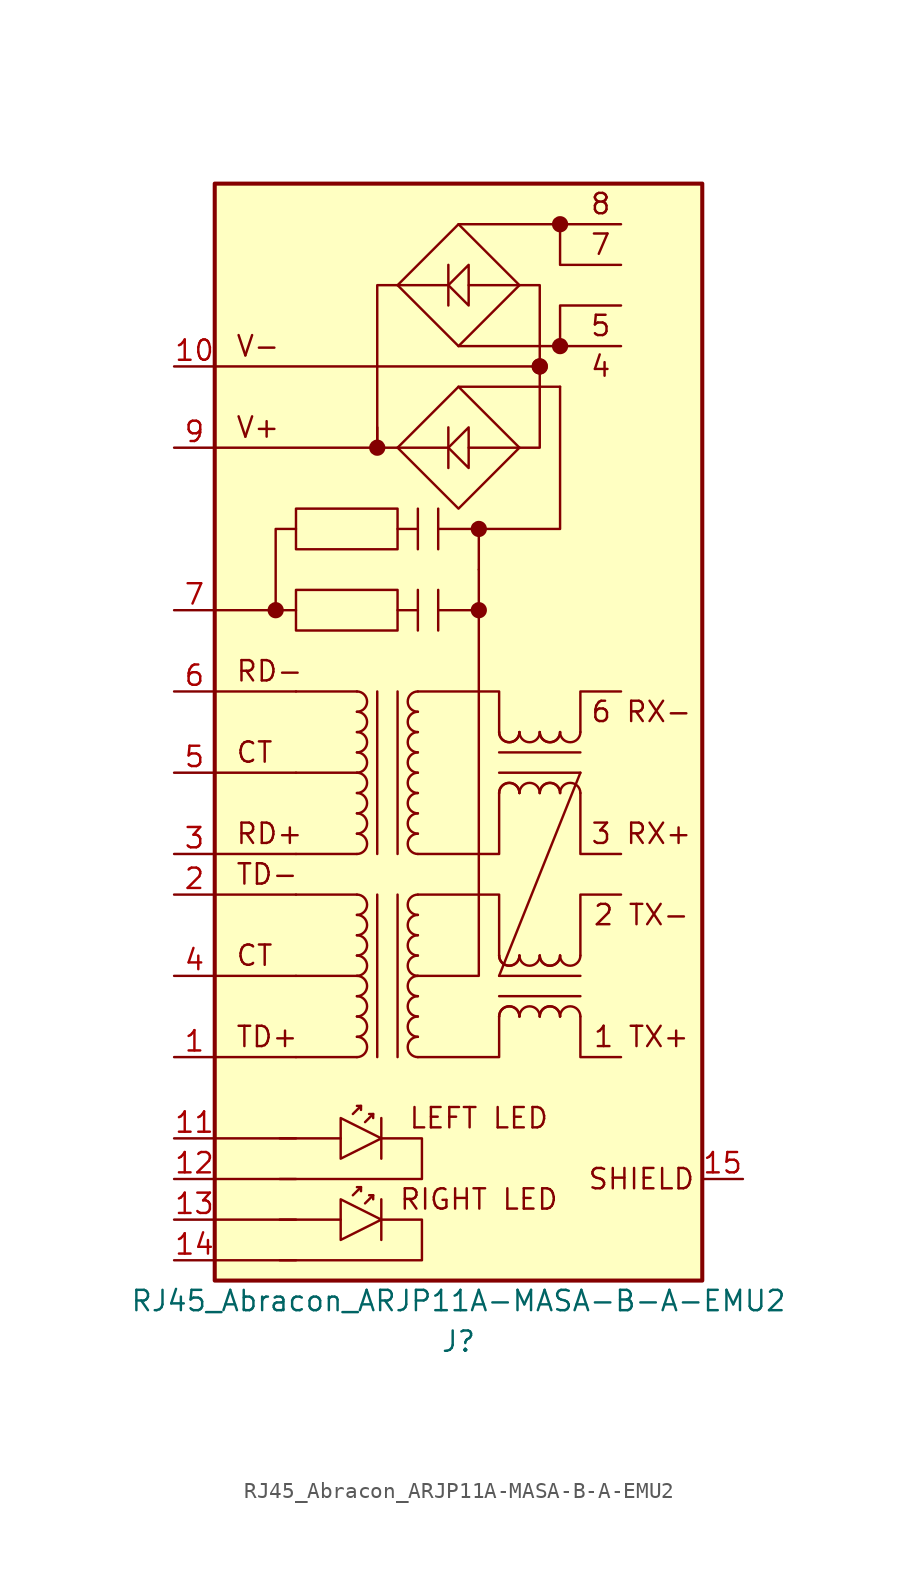
<source format=kicad_sym>
(kicad_symbol_lib
  (version 20201005)
  (generator kicad_symbol_editor)
  (symbol "RJ45_Abracon_ARJP11A-MASA-B-A-EMU2"
    (pin_names
      (offset 1.016) hide)
    (property "Reference" "J"
      (at 0 -38.1 0)
      (effects (font (size 1.27 1.27))))
    (property "Value" "RJ45_Abracon_ARJP11A-MASA-B-A-EMU2"
      (at 0 -35.56 0)
      (effects (font (size 1.27 1.27))))
    (symbol "RJ45_Abracon_ARJP11A-MASA-B-A-EMU2_0_0"
      (circle (center 1.27 7.62) (radius 0) (stroke (width 0.508)) (fill (type none)))
      (text "1 TX+" (at 11.43 -19.05 0) (effects (font (size 1.27 1.27))))
      (text "2 TX-" (at 11.43 -11.43 0) (effects (font (size 1.27 1.27))))
      (text "3 RX+" (at 11.43 -6.35 0) (effects (font (size 1.27 1.27))))
      (text "4" (at 8.89 22.86 0) (effects (font (size 1.27 1.27))))
      (text "5" (at 8.89 25.4 0) (effects (font (size 1.27 1.27))))
      (text "6 RX-" (at 11.43 1.27 0) (effects (font (size 1.27 1.27))))
      (text "7" (at 8.89 30.48 0) (effects (font (size 1.27 1.27))))
      (text "8" (at 8.89 33.02 0) (effects (font (size 1.27 1.27))))
      (text "CT" (at -13.97 -1.27 0) (effects (font (size 1.27 1.27)) (justify left)))
      (text "LEFT LED" (at 1.27 -24.13 0) (effects (font (size 1.27 1.27))))
      (text "RD-" (at -13.97 3.81 0) (effects (font (size 1.27 1.27)) (justify left)))
      (text "SHIELD" (at 11.43 -27.94 0) (effects (font (size 1.27 1.27))))
      (text "V+" (at -13.97 19.05 0) (effects (font (size 1.27 1.27)) (justify left)))
      (text "V-" (at -13.97 24.13 0) (effects (font (size 1.27 1.27)) (justify left)))
      (rectangle (start -15.24 -34.29) (end 15.24 34.29) (stroke (width 0.254)) (fill (type background)))
      (rectangle (start -3.81 8.89) (end -10.16 6.35) (stroke (width 0)) (fill (type none)))
      (polyline (pts (xy -15.24 -33.02) (xy -10.16 -33.02)) (stroke (width 0)) (fill (type none)))
      (polyline (pts (xy -15.24 -30.48) (xy -10.16 -30.48)) (stroke (width 0)) (fill (type none)))
      (polyline (pts (xy -15.24 -27.94) (xy -10.16 -27.94)) (stroke (width 0)) (fill (type none)))
      (polyline (pts (xy -15.24 -25.4) (xy -10.16 -25.4)) (stroke (width 0)) (fill (type none)))
      (polyline (pts (xy -15.24 -20.32) (xy -10.16 -20.32)) (stroke (width 0)) (fill (type none)))
      (polyline (pts (xy -15.24 -15.24) (xy -10.16 -15.24)) (stroke (width 0)) (fill (type none)))
      (polyline (pts (xy -15.24 -10.16) (xy -10.16 -10.16)) (stroke (width 0)) (fill (type none)))
      (polyline (pts (xy -15.24 -7.62) (xy -10.16 -7.62)) (stroke (width 0)) (fill (type none)))
      (polyline (pts (xy -15.24 -2.54) (xy -10.16 -2.54)) (stroke (width 0)) (fill (type none)))
      (polyline (pts (xy -15.24 2.54) (xy -10.16 2.54)) (stroke (width 0)) (fill (type none)))
      (polyline (pts (xy -15.24 22.86) (xy 5.08 22.86)) (stroke (width 0)) (fill (type none)))
      (polyline (pts (xy -11.43 7.62) (xy -15.24 7.62)) (stroke (width 0)) (fill (type none)))
      (polyline (pts (xy -11.176 -25.4) (xy -7.366 -25.4)) (stroke (width 0)) (fill (type none)))
      (polyline (pts (xy -10.16 7.62) (xy -11.43 7.62)) (stroke (width 0)) (fill (type none)))
      (polyline (pts (xy -5.08 17.78) (xy -15.24 17.78)) (stroke (width 0)) (fill (type none)))
      (polyline (pts (xy -5.08 17.78) (xy -3.81 17.78)) (stroke (width 0)) (fill (type none)))
      (polyline (pts (xy -5.08 19.05) (xy -5.08 17.78)) (stroke (width 0)) (fill (type none)))
      (polyline (pts (xy -3.81 7.62) (xy -2.54 7.62)) (stroke (width 0)) (fill (type none)))
      (polyline (pts (xy -3.81 12.7) (xy -2.54 12.7)) (stroke (width 0)) (fill (type none)))
      (polyline (pts (xy -2.54 8.89) (xy -2.54 6.35)) (stroke (width 0)) (fill (type none)))
      (polyline (pts (xy -1.27 8.89) (xy -1.27 6.35)) (stroke (width 0)) (fill (type none)))
      (polyline (pts (xy -1.27 13.97) (xy -1.27 11.43)) (stroke (width 0)) (fill (type none)))
      (polyline (pts (xy 0 21.59) (xy 6.35 21.59)) (stroke (width 0)) (fill (type none)))
      (polyline (pts (xy 0 24.13) (xy 10.16 24.13)) (stroke (width 0)) (fill (type none)))
      (polyline (pts (xy 0 31.75) (xy 10.16 31.75)) (stroke (width 0)) (fill (type none)))
      (polyline (pts (xy 1.27 10.16) (xy 1.27 12.7)) (stroke (width 0)) (fill (type none)))
      (polyline (pts (xy -10.16 12.7) (xy -11.43 12.7) (xy -11.43 7.62)) (stroke (width 0)) (fill (type none)))
      (polyline (pts (xy -3.81 27.94) (xy -5.08 27.94) (xy -5.08 17.78)) (stroke (width 0)) (fill (type none)))
      (polyline (pts (xy -1.27 12.7) (xy 0 12.7) (xy 1.27 12.7)) (stroke (width 0)) (fill (type none)))
      (polyline (pts (xy 1.27 12.7) (xy 6.35 12.7) (xy 6.35 21.59)) (stroke (width 0)) (fill (type none)))
      (polyline (pts (xy 6.35 24.13) (xy 6.35 26.67) (xy 10.16 26.67)) (stroke (width 0)) (fill (type none)))
      (polyline (pts (xy 6.35 31.75) (xy 6.35 29.21) (xy 10.16 29.21)) (stroke (width 0)) (fill (type none)))
      (polyline (pts (xy -4.826 -25.4) (xy -2.286 -25.4) (xy -2.286 -27.94) (xy -11.176 -27.94)) (stroke (width 0)) (fill (type none)))
      (polyline (pts (xy -2.54 -15.24) (xy -1.27 -15.24) (xy 1.27 -15.24) (xy 1.27 10.16)) (stroke (width 0)) (fill (type none)))
      (polyline (pts (xy 3.81 17.78) (xy 5.08 17.78) (xy 5.08 27.94) (xy 3.81 27.94)) (stroke (width 0)) (fill (type none)))
      (polyline (pts (xy -3.81 17.78) (xy 0 13.97) (xy 3.81 17.78) (xy 0 21.59) (xy -3.81 17.78)) (stroke (width 0)) (fill (type none))))
    (symbol "RJ45_Abracon_ARJP11A-MASA-B-A-EMU2_0_1"
      (arc (start -6.35 -16.51) (end -6.35 -15.24) (radius (at -6.35 -15.875) (length 0.635) (angles -89.9 89.9)) (stroke (width 0)) (fill (type none)))
      (arc (start -6.35 -13.97) (end -6.35 -13.97) (radius (at -6.35 -15.24) (length 1.27) (angles 90 90)) (stroke (width 0)) (fill (type none)))
      (arc (start -6.35 -15.24) (end -6.35 -13.97) (radius (at -6.35 -14.605) (length 0.635) (angles -89.9 89.9)) (stroke (width 0)) (fill (type none)))
      (arc (start -6.35 -11.43) (end -6.35 -10.16) (radius (at -6.35 -10.795) (length 0.635) (angles -89.9 89.9)) (stroke (width 0)) (fill (type none)))
      (polyline (pts (xy -6.35 -20.32) (xy -10.16 -20.32)) (stroke (width 0)) (fill (type none)))
      (polyline (pts (xy -6.35 -15.24) (xy -10.16 -15.24)) (stroke (width 0)) (fill (type none)))
      (polyline (pts (xy -6.35 -10.16) (xy -10.16 -10.16)) (stroke (width 0)) (fill (type none)))
      (polyline (pts (xy -6.35 -7.62) (xy -10.16 -7.62)) (stroke (width 0)) (fill (type none)))
      (polyline (pts (xy -6.35 -2.54) (xy -10.16 -2.54)) (stroke (width 0)) (fill (type none)))
      (polyline (pts (xy -6.35 2.54) (xy -10.16 2.54)) (stroke (width 0)) (fill (type none)))
      (polyline (pts (xy -6.096 -28.448) (xy -6.35 -28.448)) (stroke (width 0)) (fill (type none)))
      (polyline (pts (xy -5.334 -28.956) (xy -5.588 -28.956)) (stroke (width 0)) (fill (type none)))
      (polyline (pts (xy -4.826 -24.13) (xy -4.826 -26.67)) (stroke (width 0)) (fill (type none)))
      (polyline (pts (xy -1.27 7.62) (xy 1.27 7.62)) (stroke (width 0)) (fill (type none)))
      (polyline (pts (xy -0.635 17.78) (xy -3.81 17.78)) (stroke (width 0)) (fill (type none)))
      (polyline (pts (xy -0.635 19.05) (xy -0.635 16.51)) (stroke (width 0)) (fill (type none)))
      (polyline (pts (xy 0.635 17.78) (xy 3.81 17.78)) (stroke (width 0)) (fill (type none)))
      (polyline (pts (xy -6.604 -28.956) (xy -6.096 -28.448) (xy -6.096 -28.702)) (stroke (width 0)) (fill (type none)))
      (polyline (pts (xy -5.842 -29.464) (xy -5.334 -28.956) (xy -5.334 -29.21)) (stroke (width 0)) (fill (type none)))
      (polyline (pts (xy -7.366 -24.13) (xy -7.366 -26.67) (xy -4.826 -25.4) (xy -7.366 -24.13)) (stroke (width 0)) (fill (type none)))
      (polyline (pts (xy 0.635 19.05) (xy 0.635 16.51) (xy -0.635 17.78) (xy 0.635 19.05)) (stroke (width 0)) (fill (type none))))
    (symbol "RJ45_Abracon_ARJP11A-MASA-B-A-EMU2_1_1"
      (arc (start -6.35 -20.32) (end -6.35 -19.05) (radius (at -6.35 -19.685) (length 0.635) (angles -89.9 89.9)) (stroke (width 0)) (fill (type none)))
      (arc (start -6.35 -17.78) (end -6.35 -17.78) (radius (at -6.35 -19.05) (length 1.27) (angles 90 90)) (stroke (width 0)) (fill (type none)))
      (arc (start -6.35 -19.05) (end -6.35 -17.78) (radius (at -6.35 -18.415) (length 0.635) (angles -89.9 89.9)) (stroke (width 0)) (fill (type none)))
      (arc (start -6.35 -17.78) (end -6.35 -16.51) (radius (at -6.35 -17.145) (length 0.635) (angles -89.9 89.9)) (stroke (width 0)) (fill (type none)))
      (arc (start -6.35 -13.97) (end -6.35 -12.7) (radius (at -6.35 -13.335) (length 0.635) (angles -89.9 89.9)) (stroke (width 0)) (fill (type none)))
      (arc (start -6.35 -12.7) (end -6.35 -11.43) (radius (at -6.35 -12.065) (length 0.635) (angles -89.9 89.9)) (stroke (width 0)) (fill (type none)))
      (arc (start -6.35 -7.62) (end -6.35 -6.35) (radius (at -6.35 -6.985) (length 0.635) (angles -89.9 89.9)) (stroke (width 0)) (fill (type none)))
      (arc (start -6.35 -5.08) (end -6.35 -5.08) (radius (at -6.35 -6.35) (length 1.27) (angles 90 90)) (stroke (width 0)) (fill (type none)))
      (arc (start -6.35 -6.35) (end -6.35 -5.08) (radius (at -6.35 -5.715) (length 0.635) (angles -89.9 89.9)) (stroke (width 0)) (fill (type none)))
      (arc (start -6.35 -3.81) (end -6.35 -3.81) (radius (at -6.35 -5.08) (length 1.27) (angles 90 90)) (stroke (width 0)) (fill (type none)))
      (arc (start -6.35 -5.08) (end -6.35 -3.81) (radius (at -6.35 -4.445) (length 0.635) (angles -89.9 89.9)) (stroke (width 0)) (fill (type none)))
      (arc (start -6.35 -3.81) (end -6.35 -2.54) (radius (at -6.35 -3.175) (length 0.635) (angles -89.9 89.9)) (stroke (width 0)) (fill (type none)))
      (arc (start -6.35 -2.54) (end -6.35 -1.27) (radius (at -6.35 -1.905) (length 0.635) (angles -89.9 89.9)) (stroke (width 0)) (fill (type none)))
      (arc (start -6.35 -1.27) (end -6.35 0) (radius (at -6.35 -0.635) (length 0.635) (angles -89.9 89.9)) (stroke (width 0)) (fill (type none)))
      (arc (start -6.35 1.27) (end -6.35 1.27) (radius (at -6.35 0) (length 1.27) (angles 90 90)) (stroke (width 0)) (fill (type none)))
      (arc (start -6.35 0) (end -6.35 1.27) (radius (at -6.35 0.635) (length 0.635) (angles -89.9 89.9)) (stroke (width 0)) (fill (type none)))
      (arc (start -6.35 1.27) (end -6.35 2.54) (radius (at -6.35 1.905) (length 0.635) (angles -89.9 89.9)) (stroke (width 0)) (fill (type none)))
      (arc (start -2.54 -19.05) (end -2.54 -20.32) (radius (at -2.54 -19.685) (length 0.635) (angles 90.1 -90.1)) (stroke (width 0)) (fill (type none)))
      (arc (start -2.54 -17.78) (end -2.54 -19.05) (radius (at -2.54 -18.415) (length 0.635) (angles 90.1 -90.1)) (stroke (width 0)) (fill (type none)))
      (arc (start -2.54 -19.05) (end -2.54 -19.05) (radius (at -2.54 -17.78) (length 1.27) (angles -90 -90)) (stroke (width 0)) (fill (type none)))
      (arc (start -2.54 -16.51) (end -2.54 -17.78) (radius (at -2.54 -17.145) (length 0.635) (angles 90.1 -90.1)) (stroke (width 0)) (fill (type none)))
      (arc (start -2.54 -15.24) (end -2.54 -16.51) (radius (at -2.54 -15.875) (length 0.635) (angles 90.1 -90.1)) (stroke (width 0)) (fill (type none)))
      (arc (start -2.54 -13.97) (end -2.54 -15.24) (radius (at -2.54 -14.605) (length 0.635) (angles 90.1 -90.1)) (stroke (width 0)) (fill (type none)))
      (arc (start -2.54 -15.24) (end -2.54 -15.24) (radius (at -2.54 -13.97) (length 1.27) (angles -90 -90)) (stroke (width 0)) (fill (type none)))
      (arc (start -2.54 -12.7) (end -2.54 -13.97) (radius (at -2.54 -13.335) (length 0.635) (angles 90.1 -90.1)) (stroke (width 0)) (fill (type none)))
      (arc (start -2.54 -11.43) (end -2.54 -12.7) (radius (at -2.54 -12.065) (length 0.635) (angles 90.1 -90.1)) (stroke (width 0)) (fill (type none)))
      (arc (start -2.54 -10.16) (end -2.54 -11.43) (radius (at -2.54 -10.795) (length 0.635) (angles 90.1 -90.1)) (stroke (width 0)) (fill (type none)))
      (arc (start -2.54 -6.35) (end -2.54 -7.62) (radius (at -2.54 -6.985) (length 0.635) (angles 90.1 -90.1)) (stroke (width 0)) (fill (type none)))
      (arc (start -2.54 -5.08) (end -2.54 -6.35) (radius (at -2.54 -5.715) (length 0.635) (angles 90.1 -90.1)) (stroke (width 0)) (fill (type none)))
      (arc (start -2.54 -6.35) (end -2.54 -6.35) (radius (at -2.54 -5.08) (length 1.27) (angles -90 -90)) (stroke (width 0)) (fill (type none)))
      (arc (start -2.54 -3.81) (end -2.54 -5.08) (radius (at -2.54 -4.445) (length 0.635) (angles 90.1 -90.1)) (stroke (width 0)) (fill (type none)))
      (arc (start -2.54 -2.54) (end -2.54 -3.81) (radius (at -2.54 -3.175) (length 0.635) (angles 90.1 -90.1)) (stroke (width 0)) (fill (type none)))
      (arc (start -2.54 -3.81) (end -2.54 -3.81) (radius (at -2.54 -2.54) (length 1.27) (angles -90 -90)) (stroke (width 0)) (fill (type none)))
      (arc (start -2.54 -1.27) (end -2.54 -2.54) (radius (at -2.54 -1.905) (length 0.635) (angles 90.1 -90.1)) (stroke (width 0)) (fill (type none)))
      (arc (start -2.54 0) (end -2.54 -1.27) (radius (at -2.54 -0.635) (length 0.635) (angles 90.1 -90.1)) (stroke (width 0)) (fill (type none)))
      (arc (start -2.54 1.27) (end -2.54 0) (radius (at -2.54 0.635) (length 0.635) (angles 90.1 -90.1)) (stroke (width 0)) (fill (type none)))
      (arc (start -2.54 0) (end -2.54 0) (radius (at -2.54 1.27) (length 1.27) (angles -90 -90)) (stroke (width 0)) (fill (type none)))
      (arc (start -2.54 2.54) (end -2.54 1.27) (radius (at -2.54 1.905) (length 0.635) (angles 90.1 -90.1)) (stroke (width 0)) (fill (type none)))
      (arc (start 3.81 -13.97) (end 3.81 -13.97) (radius (at 2.54 -13.97) (length 1.27) (angles 0 0)) (stroke (width 0)) (fill (type none)))
      (arc (start 3.81 0) (end 3.81 0) (radius (at 2.54 0) (length 1.27) (angles 0 0)) (stroke (width 0)) (fill (type none)))
      (arc (start 3.81 -17.78) (end 2.54 -17.78) (radius (at 3.175 -17.78) (length 0.635) (angles 0.1 179.9)) (stroke (width 0)) (fill (type none)))
      (arc (start 3.81 -17.78) (end 2.54 -17.78) (radius (at 3.175 -17.78) (length 0.635) (angles 0.1 179.9)) (stroke (width 0)) (fill (type none)))
      (arc (start 2.54 -13.97) (end 3.81 -13.97) (radius (at 3.175 -13.97) (length 0.635) (angles -179.9 -0.1)) (stroke (width 0)) (fill (type none)))
      (arc (start 2.54 -13.97) (end 3.81 -13.97) (radius (at 3.175 -13.97) (length 0.635) (angles -179.9 -0.1)) (stroke (width 0)) (fill (type none)))
      (arc (start 3.81 -3.81) (end 2.54 -3.81) (radius (at 3.175 -3.81) (length 0.635) (angles 0.1 179.9)) (stroke (width 0)) (fill (type none)))
      (arc (start 3.81 -3.81) (end 2.54 -3.81) (radius (at 3.175 -3.81) (length 0.635) (angles 0.1 179.9)) (stroke (width 0)) (fill (type none)))
      (arc (start 2.54 0) (end 3.81 0) (radius (at 3.175 0) (length 0.635) (angles -179.9 -0.1)) (stroke (width 0)) (fill (type none)))
      (arc (start 2.54 0) (end 3.81 0) (radius (at 3.175 0) (length 0.635) (angles -179.9 -0.1)) (stroke (width 0)) (fill (type none)))
      (arc (start 2.54 -17.78) (end 2.54 -17.78) (radius (at 3.81 -17.78) (length 1.27) (angles 180 180)) (stroke (width 0)) (fill (type none)))
      (arc (start 2.54 -3.81) (end 2.54 -3.81) (radius (at 3.81 -3.81) (length 1.27) (angles 180 180)) (stroke (width 0)) (fill (type none)))
      (arc (start 5.08 -17.78) (end 3.81 -17.78) (radius (at 4.445 -17.78) (length 0.635) (angles 0.1 179.9)) (stroke (width 0)) (fill (type none)))
      (arc (start 3.81 -13.97) (end 5.08 -13.97) (radius (at 4.445 -13.97) (length 0.635) (angles -179.9 -0.1)) (stroke (width 0)) (fill (type none)))
      (arc (start 5.08 -3.81) (end 3.81 -3.81) (radius (at 4.445 -3.81) (length 0.635) (angles 0.1 179.9)) (stroke (width 0)) (fill (type none)))
      (arc (start 3.81 0) (end 5.08 0) (radius (at 4.445 0) (length 0.635) (angles -179.9 -0.1)) (stroke (width 0)) (fill (type none)))
      (arc (start 6.35 -13.97) (end 6.35 -13.97) (radius (at 5.08 -13.97) (length 1.27) (angles 0 0)) (stroke (width 0)) (fill (type none)))
      (arc (start 6.35 0) (end 6.35 0) (radius (at 5.08 0) (length 1.27) (angles 0 0)) (stroke (width 0)) (fill (type none)))
      (arc (start 6.35 -17.78) (end 5.08 -17.78) (radius (at 5.715 -17.78) (length 0.635) (angles 0.1 179.9)) (stroke (width 0)) (fill (type none)))
      (arc (start 6.35 -17.78) (end 5.08 -17.78) (radius (at 5.715 -17.78) (length 0.635) (angles 0.1 179.9)) (stroke (width 0)) (fill (type none)))
      (arc (start 5.08 -13.97) (end 6.35 -13.97) (radius (at 5.715 -13.97) (length 0.635) (angles -179.9 -0.1)) (stroke (width 0)) (fill (type none)))
      (arc (start 5.08 -13.97) (end 6.35 -13.97) (radius (at 5.715 -13.97) (length 0.635) (angles -179.9 -0.1)) (stroke (width 0)) (fill (type none)))
      (arc (start 6.35 -3.81) (end 5.08 -3.81) (radius (at 5.715 -3.81) (length 0.635) (angles 0.1 179.9)) (stroke (width 0)) (fill (type none)))
      (arc (start 6.35 -3.81) (end 5.08 -3.81) (radius (at 5.715 -3.81) (length 0.635) (angles 0.1 179.9)) (stroke (width 0)) (fill (type none)))
      (arc (start 5.08 0) (end 6.35 0) (radius (at 5.715 0) (length 0.635) (angles -179.9 -0.1)) (stroke (width 0)) (fill (type none)))
      (arc (start 5.08 0) (end 6.35 0) (radius (at 5.715 0) (length 0.635) (angles -179.9 -0.1)) (stroke (width 0)) (fill (type none)))
      (arc (start 5.08 -17.78) (end 5.08 -17.78) (radius (at 6.35 -17.78) (length 1.27) (angles 180 180)) (stroke (width 0)) (fill (type none)))
      (arc (start 5.08 -3.81) (end 5.08 -3.81) (radius (at 6.35 -3.81) (length 1.27) (angles 180 180)) (stroke (width 0)) (fill (type none)))
      (arc (start 7.62 -17.78) (end 6.35 -17.78) (radius (at 6.985 -17.78) (length 0.635) (angles 0.1 179.9)) (stroke (width 0)) (fill (type none)))
      (arc (start 6.35 -13.97) (end 7.62 -13.97) (radius (at 6.985 -13.97) (length 0.635) (angles -179.9 -0.1)) (stroke (width 0)) (fill (type none)))
      (arc (start 7.62 -3.81) (end 6.35 -3.81) (radius (at 6.985 -3.81) (length 0.635) (angles 0.1 179.9)) (stroke (width 0)) (fill (type none)))
      (arc (start 6.35 0) (end 7.62 0) (radius (at 6.985 0) (length 0.635) (angles -179.9 -0.1)) (stroke (width 0)) (fill (type none)))
      (circle (center -11.43 7.62) (radius 0) (stroke (width 0.508)) (fill (type none)))
      (circle (center -5.08 17.78) (radius 0) (stroke (width 0.508)) (fill (type none)))
      (circle (center 1.27 12.7) (radius 0) (stroke (width 0.508)) (fill (type none)))
      (circle (center 5.08 22.86) (radius 0) (stroke (width 0.508)) (fill (type none)))
      (circle (center 5.08 22.86) (radius 0) (stroke (width 0.508)) (fill (type none)))
      (circle (center 6.35 24.13) (radius 0) (stroke (width 0.508)) (fill (type none)))
      (circle (center 6.35 31.75) (radius 0) (stroke (width 0.508)) (fill (type none)))
      (text "CT" (at -13.97 -13.97 0) (effects (font (size 1.27 1.27)) (justify left)))
      (text "RD+" (at -13.97 -6.35 0) (effects (font (size 1.27 1.27)) (justify left)))
      (text "RIGHT LED" (at 1.27 -29.21 0) (effects (font (size 1.27 1.27))))
      (text "TD+" (at -13.97 -19.05 0) (effects (font (size 1.27 1.27)) (justify left)))
      (text "TD-" (at -13.97 -8.89 0) (effects (font (size 1.27 1.27)) (justify left)))
      (rectangle (start -3.81 13.97) (end -10.16 11.43) (stroke (width 0)) (fill (type none)))
      (polyline (pts (xy -11.176 -30.48) (xy -7.366 -30.48)) (stroke (width 0)) (fill (type none)))
      (polyline (pts (xy -6.096 -23.368) (xy -6.35 -23.368)) (stroke (width 0)) (fill (type none)))
      (polyline (pts (xy -5.334 -23.876) (xy -5.588 -23.876)) (stroke (width 0)) (fill (type none)))
      (polyline (pts (xy -5.08 -10.16) (xy -5.08 -20.32)) (stroke (width 0)) (fill (type none)))
      (polyline (pts (xy -5.08 2.54) (xy -5.08 -7.62)) (stroke (width 0)) (fill (type none)))
      (polyline (pts (xy -4.826 -29.21) (xy -4.826 -31.75)) (stroke (width 0)) (fill (type none)))
      (polyline (pts (xy -3.81 -20.32) (xy -3.81 -10.16)) (stroke (width 0)) (fill (type none)))
      (polyline (pts (xy -3.81 -7.62) (xy -3.81 2.54)) (stroke (width 0)) (fill (type none)))
      (polyline (pts (xy -2.54 13.97) (xy -2.54 11.43)) (stroke (width 0)) (fill (type none)))
      (polyline (pts (xy -0.635 27.94) (xy -3.81 27.94)) (stroke (width 0)) (fill (type none)))
      (polyline (pts (xy -0.635 29.21) (xy -0.635 26.67)) (stroke (width 0)) (fill (type none)))
      (polyline (pts (xy 0.635 27.94) (xy 3.81 27.94)) (stroke (width 0)) (fill (type none)))
      (polyline (pts (xy 2.54 -16.51) (xy 7.62 -16.51)) (stroke (width 0)) (fill (type none)))
      (polyline (pts (xy 2.54 -15.24) (xy 7.62 -2.54)) (stroke (width 0)) (fill (type none)))
      (polyline (pts (xy 2.54 -2.54) (xy 7.62 -2.54)) (stroke (width 0)) (fill (type none)))
      (polyline (pts (xy 7.62 -15.24) (xy 2.54 -15.24)) (stroke (width 0)) (fill (type none)))
      (polyline (pts (xy 7.62 -1.27) (xy 2.54 -1.27)) (stroke (width 0)) (fill (type none)))
      (polyline (pts (xy -6.604 -23.876) (xy -6.096 -23.368) (xy -6.096 -23.622)) (stroke (width 0)) (fill (type none)))
      (polyline (pts (xy -5.842 -24.384) (xy -5.334 -23.876) (xy -5.334 -24.13)) (stroke (width 0)) (fill (type none)))
      (polyline (pts (xy -2.54 -10.16) (xy 2.54 -10.16) (xy 2.54 -13.97)) (stroke (width 0)) (fill (type none)))
      (polyline (pts (xy -2.54 -7.62) (xy 2.54 -7.62) (xy 2.54 -3.81)) (stroke (width 0)) (fill (type none)))
      (polyline (pts (xy -2.54 2.54) (xy 2.54 2.54) (xy 2.54 0)) (stroke (width 0)) (fill (type none)))
      (polyline (pts (xy 2.54 -17.78) (xy 2.54 -20.32) (xy -2.54 -20.32)) (stroke (width 0)) (fill (type none)))
      (polyline (pts (xy 7.62 -17.78) (xy 7.62 -20.32) (xy 10.16 -20.32)) (stroke (width 0)) (fill (type none)))
      (polyline (pts (xy 7.62 -13.97) (xy 7.62 -10.16) (xy 10.16 -10.16)) (stroke (width 0)) (fill (type none)))
      (polyline (pts (xy 7.62 -3.81) (xy 7.62 -7.62) (xy 10.16 -7.62)) (stroke (width 0)) (fill (type none)))
      (polyline (pts (xy 7.62 0) (xy 7.62 2.54) (xy 10.16 2.54)) (stroke (width 0)) (fill (type none)))
      (polyline (pts (xy -7.366 -29.21) (xy -7.366 -31.75) (xy -4.826 -30.48) (xy -7.366 -29.21)) (stroke (width 0)) (fill (type none)))
      (polyline (pts (xy -4.826 -30.48) (xy -2.286 -30.48) (xy -2.286 -33.02) (xy -11.176 -33.02)) (stroke (width 0)) (fill (type none)))
      (polyline (pts (xy 0.635 29.21) (xy 0.635 26.67) (xy -0.635 27.94) (xy 0.635 29.21)) (stroke (width 0)) (fill (type none)))
      (polyline (pts (xy -3.81 27.94) (xy 0 24.13) (xy 3.81 27.94) (xy 0 31.75) (xy -3.81 27.94)) (stroke (width 0)) (fill (type none)))
      (pin passive line (at -17.78 -20.32 0) (length 2.54) (name "TD+" (effects (font (size 1.27 1.27)))) (number "1" (effects (font (size 1.27 1.27)))))
      (pin power_out line (at -17.78 22.86 0) (length 2.54) (name "V-" (effects (font (size 1.27 1.27)))) (number "10" (effects (font (size 1.27 1.27)))))
      (pin passive line (at -17.78 -25.4 0) (length 2.54) (name "LLED+" (effects (font (size 1.27 1.27)))) (number "11" (effects (font (size 1.27 1.27)))))
      (pin passive line (at -17.78 -27.94 0) (length 2.54) (name "LLED-" (effects (font (size 1.27 1.27)))) (number "12" (effects (font (size 1.27 1.27)))))
      (pin passive line (at -17.78 -30.48 0) (length 2.54) (name "RLED+" (effects (font (size 1.27 1.27)))) (number "13" (effects (font (size 1.27 1.27)))))
      (pin passive line (at -17.78 -33.02 0) (length 2.54) (name "RLED-" (effects (font (size 1.27 1.27)))) (number "14" (effects (font (size 1.27 1.27)))))
      (pin passive line (at 17.78 -27.94 180) (length 2.54) (name "SHIELD" (effects (font (size 1.27 1.27)))) (number "15" (effects (font (size 1.27 1.27)))))
      (pin passive line (at -17.78 -10.16 0) (length 2.54) (name "TD-" (effects (font (size 1.27 1.27)))) (number "2" (effects (font (size 1.27 1.27)))))
      (pin passive line (at -17.78 -7.62 0) (length 2.54) (name "RD+" (effects (font (size 1.27 1.27)))) (number "3" (effects (font (size 1.27 1.27)))))
      (pin passive line (at -17.78 -15.24 0) (length 2.54) (name "CT" (effects (font (size 1.27 1.27)))) (number "4" (effects (font (size 1.27 1.27)))))
      (pin passive line (at -17.78 -2.54 0) (length 2.54) (name "CT" (effects (font (size 1.27 1.27)))) (number "5" (effects (font (size 1.27 1.27)))))
      (pin passive line (at -17.78 2.54 0) (length 2.54) (name "RD-" (effects (font (size 1.27 1.27)))) (number "6" (effects (font (size 1.27 1.27)))))
      (pin passive line (at -17.78 7.62 0) (length 2.54) (name "7" (effects (font (size 1.27 1.27)))) (number "7" (effects (font (size 1.27 1.27)))))
      (pin power_out line (at -17.78 17.78 0) (length 2.54) (name "V+" (effects (font (size 1.27 1.27)))) (number "9" (effects (font (size 1.27 1.27))))))))
</source>
